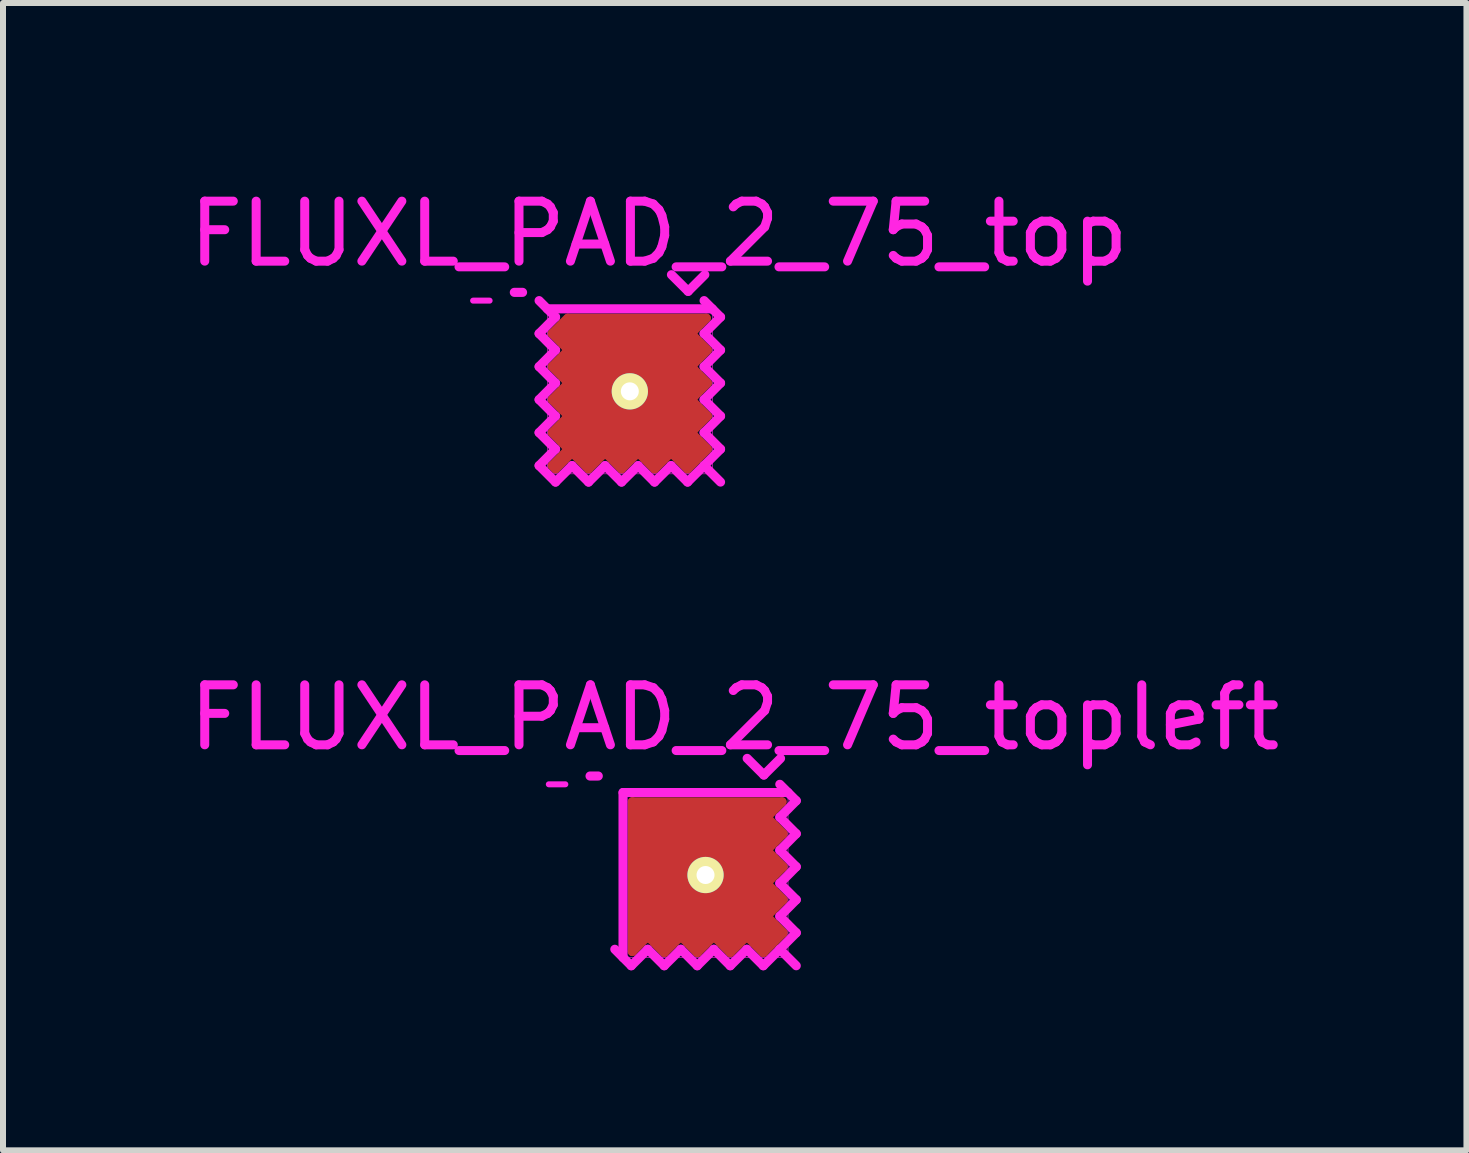
<source format=kicad_pcb>
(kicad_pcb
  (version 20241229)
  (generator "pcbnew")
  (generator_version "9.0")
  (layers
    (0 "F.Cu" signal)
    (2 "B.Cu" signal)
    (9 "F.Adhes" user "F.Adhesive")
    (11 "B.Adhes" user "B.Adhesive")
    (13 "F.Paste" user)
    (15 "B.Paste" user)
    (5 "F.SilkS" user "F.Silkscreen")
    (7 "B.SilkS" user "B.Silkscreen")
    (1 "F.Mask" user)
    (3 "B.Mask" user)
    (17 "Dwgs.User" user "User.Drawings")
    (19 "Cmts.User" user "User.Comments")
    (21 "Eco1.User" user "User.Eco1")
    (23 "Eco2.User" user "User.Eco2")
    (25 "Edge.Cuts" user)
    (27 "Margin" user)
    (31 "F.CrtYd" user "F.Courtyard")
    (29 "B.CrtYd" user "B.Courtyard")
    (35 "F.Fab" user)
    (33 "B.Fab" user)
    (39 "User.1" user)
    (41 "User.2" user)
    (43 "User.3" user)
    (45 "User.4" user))
  (footprint "FLUXL_PAD_2_75_top"
    (layer "F.Cu")
    (at 7.448 3.473)
    (property "Reference" "FLUXL_PAD_2_75_top" (at 0.486 -2.625 0) (layer "F.CrtYd") (effects (font (size 1 1) (thickness 0.15))))
    (attr smd)
    (fp_line (start -1.293 -0.963) (end -1.036 -1.219) (stroke (width 0.15) (type solid)) (layer "F.Cu"))
    (fp_line (start -1.292 -0.963) (end -1.018 -0.688) (stroke (width 0.152) (type solid)) (layer "F.Cu"))
    (fp_line (start -1.292 -0.412) (end -1.018 -0.138) (stroke (width 0.152) (type solid)) (layer "F.Cu"))
    (fp_line (start -1.292 0.138) (end -1.018 0.412) (stroke (width 0.152) (type solid)) (layer "F.Cu"))
    (fp_line (start -1.292 0.688) (end -1.018 0.963) (stroke (width 0.152) (type solid)) (layer "F.Cu"))
    (fp_line (start -1.292 1.238) (end -1.238 1.292) (stroke (width 0.152) (type solid)) (layer "F.Cu"))
    (fp_line (start -1.238 -0.412) (end -1.073 -0.412) (stroke (width 0.152) (type solid)) (layer "F.Cu"))
    (fp_line (start -1.238 0.138) (end -1.073 0.138) (stroke (width 0.152) (type solid)) (layer "F.Cu"))
    (fp_line (start -1.238 0.688) (end -1.073 0.688) (stroke (width 0.152) (type solid)) (layer "F.Cu"))
    (fp_line (start -1.238 1.292) (end -0.963 1.018) (stroke (width 0.152) (type solid)) (layer "F.Cu"))
    (fp_line (start -1.15 -1.05) (end -1.15 -0.925) (stroke (width 0.15) (type solid)) (layer "F.Cu"))
    (fp_line (start -1.03 -1.22) (end 1.275 -1.22) (stroke (width 0.15) (type solid)) (layer "F.Cu"))
    (fp_line (start -1.018 -0.688) (end -1.292 -0.412) (stroke (width 0.152) (type solid)) (layer "F.Cu"))
    (fp_line (start -1.018 -0.138) (end -1.292 0.138) (stroke (width 0.152) (type solid)) (layer "F.Cu"))
    (fp_line (start -1.018 0.412) (end -1.292 0.688) (stroke (width 0.152) (type solid)) (layer "F.Cu"))
    (fp_line (start -1.018 0.963) (end -1.292 1.238) (stroke (width 0.152) (type solid)) (layer "F.Cu"))
    (fp_line (start -1 -1.125) (end 1.05 -1.125) (stroke (width 0.15) (type solid)) (layer "F.Cu"))
    (fp_line (start -0.963 1.018) (end -0.688 1.292) (stroke (width 0.152) (type solid)) (layer "F.Cu"))
    (fp_line (start -0.688 1.238) (end -0.688 1.073) (stroke (width 0.152) (type solid)) (layer "F.Cu"))
    (fp_line (start -0.688 1.292) (end -0.412 1.018) (stroke (width 0.152) (type solid)) (layer "F.Cu"))
    (fp_line (start -0.412 1.018) (end -0.138 1.292) (stroke (width 0.152) (type solid)) (layer "F.Cu"))
    (fp_line (start -0.138 1.238) (end -0.138 1.073) (stroke (width 0.152) (type solid)) (layer "F.Cu"))
    (fp_line (start -0.138 1.292) (end 0.138 1.018) (stroke (width 0.152) (type solid)) (layer "F.Cu"))
    (fp_line (start 0.138 1.018) (end 0.412 1.292) (stroke (width 0.152) (type solid)) (layer "F.Cu"))
    (fp_line (start 0.412 1.238) (end 0.412 1.073) (stroke (width 0.152) (type solid)) (layer "F.Cu"))
    (fp_line (start 0.412 1.292) (end 0.688 1.018) (stroke (width 0.152) (type solid)) (layer "F.Cu"))
    (fp_line (start 0.688 1.018) (end 0.963 1.292) (stroke (width 0.152) (type solid)) (layer "F.Cu"))
    (fp_line (start 0.963 1.292) (end 1.292 0.963) (stroke (width 0.152) (type solid)) (layer "F.Cu"))
    (fp_line (start 1.018 -0.412) (end 1.292 -0.688) (stroke (width 0.152) (type solid)) (layer "F.Cu"))
    (fp_line (start 1.018 0.138) (end 1.292 -0.138) (stroke (width 0.152) (type solid)) (layer "F.Cu"))
    (fp_line (start 1.018 0.688) (end 1.292 0.412) (stroke (width 0.152) (type solid)) (layer "F.Cu"))
    (fp_line (start 1.183 0.907) (end 0.907 1.183) (stroke (width 0.152) (type solid)) (layer "F.Cu"))
    (fp_line (start 1.238 -0.688) (end 1.073 -0.688) (stroke (width 0.152) (type solid)) (layer "F.Cu"))
    (fp_line (start 1.238 -0.138) (end 1.073 -0.138) (stroke (width 0.152) (type solid)) (layer "F.Cu"))
    (fp_line (start 1.238 0.412) (end 1.073 0.412) (stroke (width 0.152) (type solid)) (layer "F.Cu"))
    (fp_line (start 1.275 -1.219) (end 1.052 -0.995) (stroke (width 0.15) (type solid)) (layer "F.Cu"))
    (fp_line (start 1.292 -0.688) (end 1.018 -0.963) (stroke (width 0.152) (type solid)) (layer "F.Cu"))
    (fp_line (start 1.292 -0.138) (end 1.018 -0.412) (stroke (width 0.152) (type solid)) (layer "F.Cu"))
    (fp_line (start 1.292 0.412) (end 1.018 0.138) (stroke (width 0.152) (type solid)) (layer "F.Cu"))
    (fp_line (start 1.292 0.963) (end 1.018 0.688) (stroke (width 0.152) (type solid)) (layer "F.Cu"))
    (fp_line (start -2.337 -1.512) (end -2.612 -1.512) (stroke (width 0.1) (type solid)) (layer "F.CrtYd"))
    (fp_line (start -1.925 -1.65) (end -1.788 -1.65) (stroke (width 0.152) (type solid)) (layer "F.CrtYd"))
    (fp_line (start -1.512 -1.512) (end -1.238 -1.238) (stroke (width 0.152) (type solid)) (layer "F.CrtYd"))
    (fp_line (start -1.512 -0.963) (end -1.238 -0.688) (stroke (width 0.152) (type solid)) (layer "F.CrtYd"))
    (fp_line (start -1.512 -0.412) (end -1.238 -0.138) (stroke (width 0.152) (type solid)) (layer "F.CrtYd"))
    (fp_line (start -1.512 0.138) (end -1.238 0.412) (stroke (width 0.152) (type solid)) (layer "F.CrtYd"))
    (fp_line (start -1.512 0.688) (end -1.238 0.963) (stroke (width 0.152) (type solid)) (layer "F.CrtYd"))
    (fp_line (start -1.512 1.238) (end -1.238 1.512) (stroke (width 0.152) (type solid)) (layer "F.CrtYd"))
    (fp_line (start -1.375 -1.375) (end 1.375 -1.375) (stroke (width 0.01) (type solid)) (layer "F.CrtYd"))
    (fp_line (start -1.375 -1.375) (end 1.375 -1.375) (stroke (width 0.152) (type solid)) (layer "F.CrtYd"))
    (fp_line (start -1.375 1.375) (end -1.375 -1.375) (stroke (width 0.01) (type solid)) (layer "F.CrtYd"))
    (fp_line (start -1.238 -1.238) (end -1.512 -0.963) (stroke (width 0.152) (type solid)) (layer "F.CrtYd"))
    (fp_line (start -1.238 -0.688) (end -1.512 -0.412) (stroke (width 0.152) (type solid)) (layer "F.CrtYd"))
    (fp_line (start -1.238 -0.138) (end -1.512 0.138) (stroke (width 0.152) (type solid)) (layer "F.CrtYd"))
    (fp_line (start -1.238 0.412) (end -1.512 0.688) (stroke (width 0.152) (type solid)) (layer "F.CrtYd"))
    (fp_line (start -1.238 0.963) (end -1.512 1.238) (stroke (width 0.152) (type solid)) (layer "F.CrtYd"))
    (fp_line (start -1.238 1.512) (end -0.963 1.238) (stroke (width 0.152) (type solid)) (layer "F.CrtYd"))
    (fp_line (start -0.963 1.238) (end -0.688 1.512) (stroke (width 0.152) (type solid)) (layer "F.CrtYd"))
    (fp_line (start -0.688 1.512) (end -0.412 1.238) (stroke (width 0.152) (type solid)) (layer "F.CrtYd"))
    (fp_line (start -0.412 1.238) (end -0.138 1.512) (stroke (width 0.152) (type solid)) (layer "F.CrtYd"))
    (fp_line (start -0.138 1.512) (end 0.138 1.238) (stroke (width 0.152) (type solid)) (layer "F.CrtYd"))
    (fp_line (start 0.138 1.238) (end 0.412 1.512) (stroke (width 0.152) (type solid)) (layer "F.CrtYd"))
    (fp_line (start 0.412 1.512) (end 0.688 1.238) (stroke (width 0.152) (type solid)) (layer "F.CrtYd"))
    (fp_line (start 0.688 1.238) (end 0.963 1.512) (stroke (width 0.152) (type solid)) (layer "F.CrtYd"))
    (fp_line (start 0.963 1.512) (end 1.238 1.238) (stroke (width 0.152) (type solid)) (layer "F.CrtYd"))
    (fp_line (start 0.972 -1.667) (end 0.694 -1.944) (stroke (width 0.152) (type solid)) (layer "F.CrtYd"))
    (fp_line (start 1.238 -1.512) (end 1.512 -1.238) (stroke (width 0.152) (type solid)) (layer "F.CrtYd"))
    (fp_line (start 1.238 -0.963) (end 1.512 -1.238) (stroke (width 0.152) (type solid)) (layer "F.CrtYd"))
    (fp_line (start 1.238 -0.412) (end 1.512 -0.688) (stroke (width 0.152) (type solid)) (layer "F.CrtYd"))
    (fp_line (start 1.238 0.138) (end 1.512 -0.138) (stroke (width 0.152) (type solid)) (layer "F.CrtYd"))
    (fp_line (start 1.238 0.688) (end 1.512 0.412) (stroke (width 0.152) (type solid)) (layer "F.CrtYd"))
    (fp_line (start 1.238 1.238) (end 1.512 1.512) (stroke (width 0.152) (type solid)) (layer "F.CrtYd"))
    (fp_line (start 1.25 -1.944) (end 0.972 -1.667) (stroke (width 0.152) (type solid)) (layer "F.CrtYd"))
    (fp_line (start 1.375 -1.375) (end 1.375 1.375) (stroke (width 0.01) (type solid)) (layer "F.CrtYd"))
    (fp_line (start 1.375 1.375) (end -1.375 1.375) (stroke (width 0.01) (type solid)) (layer "F.CrtYd"))
    (fp_line (start 1.512 -0.688) (end 1.238 -0.963) (stroke (width 0.152) (type solid)) (layer "F.CrtYd"))
    (fp_line (start 1.512 -0.138) (end 1.238 -0.412) (stroke (width 0.152) (type solid)) (layer "F.CrtYd"))
    (fp_line (start 1.512 0.412) (end 1.238 0.138) (stroke (width 0.152) (type solid)) (layer "F.CrtYd"))
    (fp_line (start 1.512 0.963) (end 1.238 0.688) (stroke (width 0.152) (type solid)) (layer "F.CrtYd"))
    (fp_line (start 1.512 0.963) (end 1.238 1.238) (stroke (width 0.152) (type solid)) (layer "F.CrtYd"))
    (pad "1" thru_hole circle (at 0 0) (size 0.605 0.605) (drill 0.3) (layers "*.Cu" "*.Mask" "F.SilkS"))
    (pad "1" smd rect (at 0 0) (size 2.25 2.25) (layers "F.Cu" "F.Mask" "F.Paste")))
  (footprint "FLUXL_PAD_2_75_topleft"
    (layer "F.Cu")
    (at 8.71 11.535)
    (property "Reference" "FLUXL_PAD_2_75_topleft" (at 0.486 -2.625 0) (layer "F.CrtYd") (effects (font (size 1 1) (thickness 0.15))))
    (attr smd)
    (fp_line (start -1.22 -1.22) (end -1.22 1.275) (stroke (width 0.152) (type solid)) (layer "F.Cu"))
    (fp_line (start -1.22 -1.22) (end 1.275 -1.22) (stroke (width 0.15) (type solid)) (layer "F.Cu"))
    (fp_line (start -1.22 1.275) (end -0.963 1.018) (stroke (width 0.152) (type solid)) (layer "F.Cu"))
    (fp_line (start -1.125 1.125) (end -1.125 -1.125) (stroke (width 0.15) (type solid)) (layer "F.Cu"))
    (fp_line (start -1 -1.125) (end 1.05 -1.125) (stroke (width 0.15) (type solid)) (layer "F.Cu"))
    (fp_line (start -0.963 1.018) (end -0.688 1.292) (stroke (width 0.152) (type solid)) (layer "F.Cu"))
    (fp_line (start -0.688 1.238) (end -0.688 1.073) (stroke (width 0.152) (type solid)) (layer "F.Cu"))
    (fp_line (start -0.688 1.292) (end -0.412 1.018) (stroke (width 0.152) (type solid)) (layer "F.Cu"))
    (fp_line (start -0.412 1.018) (end -0.138 1.292) (stroke (width 0.152) (type solid)) (layer "F.Cu"))
    (fp_line (start -0.138 1.238) (end -0.138 1.073) (stroke (width 0.152) (type solid)) (layer "F.Cu"))
    (fp_line (start -0.138 1.292) (end 0.138 1.018) (stroke (width 0.152) (type solid)) (layer "F.Cu"))
    (fp_line (start 0.138 1.018) (end 0.412 1.292) (stroke (width 0.152) (type solid)) (layer "F.Cu"))
    (fp_line (start 0.412 1.238) (end 0.412 1.073) (stroke (width 0.152) (type solid)) (layer "F.Cu"))
    (fp_line (start 0.412 1.292) (end 0.688 1.018) (stroke (width 0.152) (type solid)) (layer "F.Cu"))
    (fp_line (start 0.688 1.018) (end 0.963 1.292) (stroke (width 0.152) (type solid)) (layer "F.Cu"))
    (fp_line (start 0.963 1.292) (end 1.292 0.963) (stroke (width 0.152) (type solid)) (layer "F.Cu"))
    (fp_line (start 1.018 -0.412) (end 1.292 -0.688) (stroke (width 0.152) (type solid)) (layer "F.Cu"))
    (fp_line (start 1.018 0.138) (end 1.292 -0.138) (stroke (width 0.152) (type solid)) (layer "F.Cu"))
    (fp_line (start 1.018 0.688) (end 1.292 0.412) (stroke (width 0.152) (type solid)) (layer "F.Cu"))
    (fp_line (start 1.183 0.907) (end 0.907 1.183) (stroke (width 0.152) (type solid)) (layer "F.Cu"))
    (fp_line (start 1.238 -0.688) (end 1.073 -0.688) (stroke (width 0.152) (type solid)) (layer "F.Cu"))
    (fp_line (start 1.238 -0.138) (end 1.073 -0.138) (stroke (width 0.152) (type solid)) (layer "F.Cu"))
    (fp_line (start 1.238 0.412) (end 1.073 0.412) (stroke (width 0.152) (type solid)) (layer "F.Cu"))
    (fp_line (start 1.275 -1.219) (end 1.052 -0.995) (stroke (width 0.15) (type solid)) (layer "F.Cu"))
    (fp_line (start 1.292 -0.688) (end 1.018 -0.963) (stroke (width 0.152) (type solid)) (layer "F.Cu"))
    (fp_line (start 1.292 -0.138) (end 1.018 -0.412) (stroke (width 0.152) (type solid)) (layer "F.Cu"))
    (fp_line (start 1.292 0.412) (end 1.018 0.138) (stroke (width 0.152) (type solid)) (layer "F.Cu"))
    (fp_line (start 1.292 0.963) (end 1.018 0.688) (stroke (width 0.152) (type solid)) (layer "F.Cu"))
    (fp_line (start -2.337 -1.512) (end -2.612 -1.512) (stroke (width 0.1) (type solid)) (layer "F.CrtYd"))
    (fp_line (start -1.925 -1.65) (end -1.788 -1.65) (stroke (width 0.152) (type solid)) (layer "F.CrtYd"))
    (fp_line (start -1.512 1.238) (end -1.238 1.512) (stroke (width 0.152) (type solid)) (layer "F.CrtYd"))
    (fp_line (start -1.375 -1.375) (end 1.375 -1.375) (stroke (width 0.01) (type solid)) (layer "F.CrtYd"))
    (fp_line (start -1.375 -1.375) (end 1.375 -1.375) (stroke (width 0.152) (type solid)) (layer "F.CrtYd"))
    (fp_line (start -1.375 1.375) (end -1.375 -1.375) (stroke (width 0.01) (type solid)) (layer "F.CrtYd"))
    (fp_line (start -1.375 1.375) (end -1.375 -1.375) (stroke (width 0.152) (type solid)) (layer "F.CrtYd"))
    (fp_line (start -1.238 1.512) (end -0.963 1.238) (stroke (width 0.152) (type solid)) (layer "F.CrtYd"))
    (fp_line (start -0.963 1.238) (end -0.688 1.512) (stroke (width 0.152) (type solid)) (layer "F.CrtYd"))
    (fp_line (start -0.688 1.512) (end -0.412 1.238) (stroke (width 0.152) (type solid)) (layer "F.CrtYd"))
    (fp_line (start -0.412 1.238) (end -0.138 1.512) (stroke (width 0.152) (type solid)) (layer "F.CrtYd"))
    (fp_line (start -0.138 1.512) (end 0.138 1.238) (stroke (width 0.152) (type solid)) (layer "F.CrtYd"))
    (fp_line (start 0.138 1.238) (end 0.412 1.512) (stroke (width 0.152) (type solid)) (layer "F.CrtYd"))
    (fp_line (start 0.412 1.512) (end 0.688 1.238) (stroke (width 0.152) (type solid)) (layer "F.CrtYd"))
    (fp_line (start 0.688 1.238) (end 0.963 1.512) (stroke (width 0.152) (type solid)) (layer "F.CrtYd"))
    (fp_line (start 0.963 1.512) (end 1.238 1.238) (stroke (width 0.152) (type solid)) (layer "F.CrtYd"))
    (fp_line (start 0.972 -1.667) (end 0.694 -1.944) (stroke (width 0.152) (type solid)) (layer "F.CrtYd"))
    (fp_line (start 1.238 -1.512) (end 1.512 -1.238) (stroke (width 0.152) (type solid)) (layer "F.CrtYd"))
    (fp_line (start 1.238 -0.963) (end 1.512 -1.238) (stroke (width 0.152) (type solid)) (layer "F.CrtYd"))
    (fp_line (start 1.238 -0.412) (end 1.512 -0.688) (stroke (width 0.152) (type solid)) (layer "F.CrtYd"))
    (fp_line (start 1.238 0.138) (end 1.512 -0.138) (stroke (width 0.152) (type solid)) (layer "F.CrtYd"))
    (fp_line (start 1.238 0.688) (end 1.512 0.412) (stroke (width 0.152) (type solid)) (layer "F.CrtYd"))
    (fp_line (start 1.238 1.238) (end 1.512 1.512) (stroke (width 0.152) (type solid)) (layer "F.CrtYd"))
    (fp_line (start 1.25 -1.944) (end 0.972 -1.667) (stroke (width 0.152) (type solid)) (layer "F.CrtYd"))
    (fp_line (start 1.375 -1.375) (end 1.375 1.375) (stroke (width 0.01) (type solid)) (layer "F.CrtYd"))
    (fp_line (start 1.375 1.375) (end -1.375 1.375) (stroke (width 0.01) (type solid)) (layer "F.CrtYd"))
    (fp_line (start 1.512 -0.688) (end 1.238 -0.963) (stroke (width 0.152) (type solid)) (layer "F.CrtYd"))
    (fp_line (start 1.512 -0.138) (end 1.238 -0.412) (stroke (width 0.152) (type solid)) (layer "F.CrtYd"))
    (fp_line (start 1.512 0.412) (end 1.238 0.138) (stroke (width 0.152) (type solid)) (layer "F.CrtYd"))
    (fp_line (start 1.512 0.963) (end 1.238 0.688) (stroke (width 0.152) (type solid)) (layer "F.CrtYd"))
    (fp_line (start 1.512 0.963) (end 1.238 1.238) (stroke (width 0.152) (type solid)) (layer "F.CrtYd"))
    (pad "1" thru_hole circle (at 0 0) (size 0.605 0.605) (drill 0.3) (layers "*.Cu" "*.Mask" "F.SilkS"))
    (pad "1" smd rect (at 0 0) (size 2.25 2.25) (layers "F.Cu" "F.Mask" "F.Paste")))
  (gr_rect
    (start -3 -3)
    (end 21.393 16.124)
    (stroke (width 0.1) (type default))
    (fill no)
    (layer "Edge.Cuts")))
</source>
